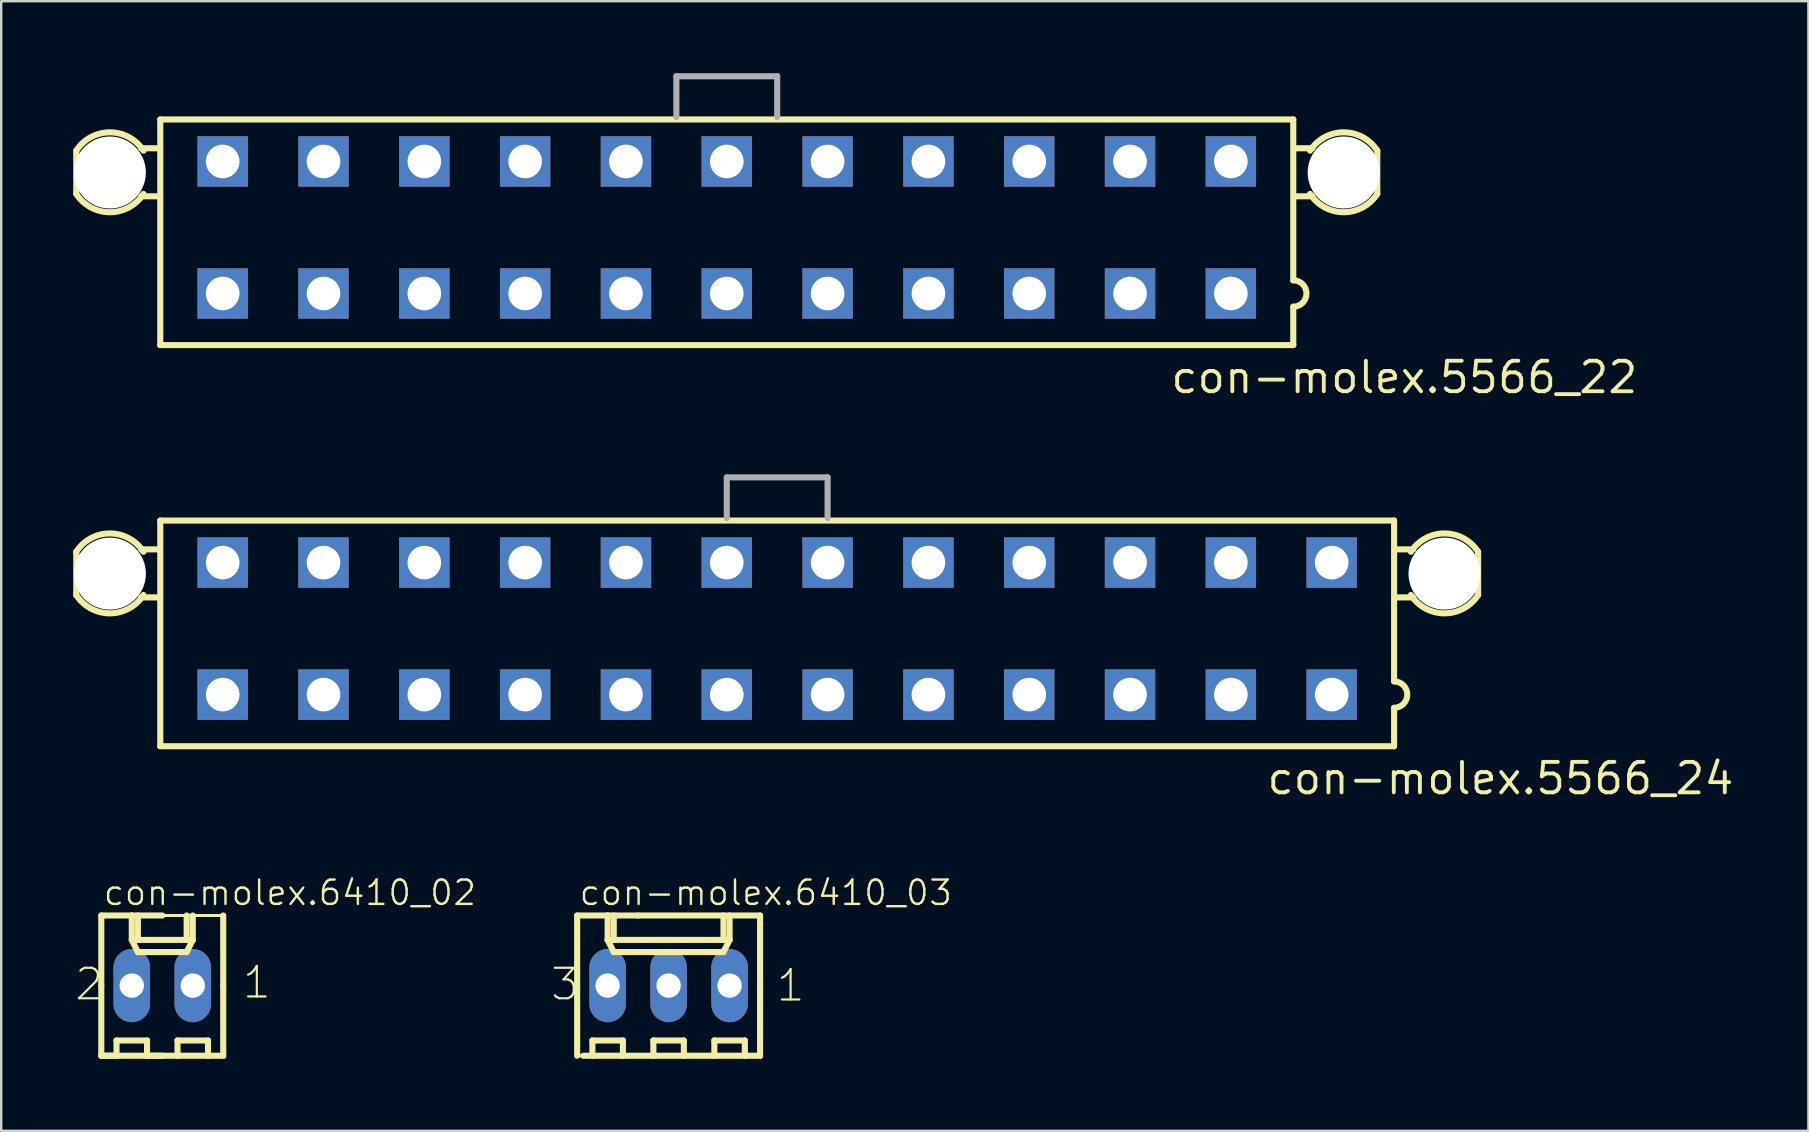
<source format=kicad_pcb>
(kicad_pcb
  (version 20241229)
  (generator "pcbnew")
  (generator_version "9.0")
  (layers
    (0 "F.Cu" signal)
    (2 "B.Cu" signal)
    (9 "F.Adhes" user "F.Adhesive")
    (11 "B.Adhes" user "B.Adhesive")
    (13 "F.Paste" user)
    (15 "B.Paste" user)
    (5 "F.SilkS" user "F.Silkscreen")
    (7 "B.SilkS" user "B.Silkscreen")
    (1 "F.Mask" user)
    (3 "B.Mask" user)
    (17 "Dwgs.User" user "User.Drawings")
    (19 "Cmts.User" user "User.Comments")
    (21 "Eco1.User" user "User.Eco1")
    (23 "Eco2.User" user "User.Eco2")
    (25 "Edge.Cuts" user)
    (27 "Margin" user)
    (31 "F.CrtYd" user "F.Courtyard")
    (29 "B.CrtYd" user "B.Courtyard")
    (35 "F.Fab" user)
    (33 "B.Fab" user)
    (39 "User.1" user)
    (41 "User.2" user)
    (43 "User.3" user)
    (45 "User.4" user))
  (footprint "con-molex.6410_02"
    (layer "F.Cu")
    (at 3.71 38.01)
    (property "Reference" "con-molex.6410_02" (at -2.513 -3.275 0) (layer "F.SilkS") (effects (font (size 1.016 1.016) (thickness 0.1)) (justify left bottom)))
    (attr through_hole)
    (fp_line (start -2.54 -2.921) (end -1.27 -2.921) (stroke (width 0.254) (type default)) (layer "F.SilkS"))
    (fp_line (start -2.54 0) (end -2.54 -2.921) (stroke (width 0.254) (type default)) (layer "F.SilkS"))
    (fp_line (start -2.54 0) (end -2.54 2.921) (stroke (width 0.254) (type default)) (layer "F.SilkS"))
    (fp_line (start -2.54 2.921) (end -1.905 2.921) (stroke (width 0.254) (type default)) (layer "F.SilkS"))
    (fp_line (start -2.54 2.921) (end 0 2.921) (stroke (width 0.254) (type default)) (layer "F.SilkS"))
    (fp_line (start -2.286 2.921) (end -1.905 2.921) (stroke (width 0.127) (type default)) (layer "F.SilkS"))
    (fp_line (start -1.905 2.286) (end -0.635 2.286) (stroke (width 0.254) (type default)) (layer "F.SilkS"))
    (fp_line (start -1.905 2.921) (end -1.905 2.286) (stroke (width 0.254) (type default)) (layer "F.SilkS"))
    (fp_line (start -1.27 -2.921) (end 0 -2.921) (stroke (width 0.254) (type default)) (layer "F.SilkS"))
    (fp_line (start -1.27 -2.54) (end -1.27 -2.921) (stroke (width 0.127) (type default)) (layer "F.SilkS"))
    (fp_line (start -1.27 -1.905) (end -1.27 -2.921) (stroke (width 0.254) (type default)) (layer "F.SilkS"))
    (fp_line (start -1.27 -1.905) (end -1.016 -1.905) (stroke (width 0.254) (type default)) (layer "F.SilkS"))
    (fp_line (start -1.27 -1.905) (end -1.016 -1.397) (stroke (width 0.254) (type default)) (layer "F.SilkS"))
    (fp_line (start -1.016 -2.921) (end -1.27 -2.921) (stroke (width 0.127) (type default)) (layer "F.SilkS"))
    (fp_line (start -1.016 -2.921) (end -1.016 -1.905) (stroke (width 0.254) (type default)) (layer "F.SilkS"))
    (fp_line (start -1.016 -1.905) (end 1.016 -1.905) (stroke (width 0.254) (type default)) (layer "F.SilkS"))
    (fp_line (start -1.016 -1.397) (end 1.016 -1.397) (stroke (width 0.254) (type default)) (layer "F.SilkS"))
    (fp_line (start -0.635 2.286) (end -0.635 2.921) (stroke (width 0.254) (type default)) (layer "F.SilkS"))
    (fp_line (start -0.635 2.921) (end 0.635 2.921) (stroke (width 0.254) (type default)) (layer "F.SilkS"))
    (fp_line (start 0.635 2.286) (end 1.905 2.286) (stroke (width 0.254) (type default)) (layer "F.SilkS"))
    (fp_line (start 0.635 2.921) (end 0 2.921) (stroke (width 0.127) (type default)) (layer "F.SilkS"))
    (fp_line (start 0.635 2.921) (end 0.635 2.286) (stroke (width 0.254) (type default)) (layer "F.SilkS"))
    (fp_line (start 1.016 -2.921) (end 1.016 -1.905) (stroke (width 0.254) (type default)) (layer "F.SilkS"))
    (fp_line (start 1.016 -1.905) (end 1.27 -1.905) (stroke (width 0.254) (type default)) (layer "F.SilkS"))
    (fp_line (start 1.016 -1.397) (end 1.27 -1.905) (stroke (width 0.254) (type default)) (layer "F.SilkS"))
    (fp_line (start 1.27 -1.905) (end 1.27 -2.921) (stroke (width 0.254) (type default)) (layer "F.SilkS"))
    (fp_line (start 1.905 2.286) (end 1.905 2.921) (stroke (width 0.254) (type default)) (layer "F.SilkS"))
    (fp_line (start 1.905 2.921) (end 0.635 2.921) (stroke (width 0.254) (type default)) (layer "F.SilkS"))
    (fp_line (start 1.905 2.921) (end 2.54 2.921) (stroke (width 0.254) (type default)) (layer "F.SilkS"))
    (fp_line (start 2.54 -2.921) (end 0 -2.921) (stroke (width 0.127) (type default)) (layer "F.SilkS"))
    (fp_line (start 2.54 0) (end 2.54 -2.921) (stroke (width 0.254) (type default)) (layer "F.SilkS"))
    (fp_line (start 2.54 0) (end 2.54 2.921) (stroke (width 0.254) (type default)) (layer "F.SilkS"))
    (fp_line (start 2.54 2.921) (end 1.905 2.921) (stroke (width 0.127) (type default)) (layer "F.SilkS"))
    (fp_rect (start -1.524 0.254) (end -1.016 -0.254) (stroke (width 0.05) (type default)) (fill no) (layer "F.Fab"))
    (fp_rect (start 1.016 0.254) (end 1.524 -0.254) (stroke (width 0.05) (type default)) (fill no) (layer "F.Fab"))
    (fp_text user "1" (at 3.275 0.611 0) (layer "F.SilkS") (effects (font (size 1.27 1.27) (thickness 0.09)) (justify left bottom)))
    (fp_text user "2" (at -3.71 0.687 0) (layer "F.SilkS") (effects (font (size 1.27 1.27) (thickness 0.09)) (justify left bottom)))
    (pad "1" thru_hole oval (at 1.27 0 90) (size 3.048 1.524) (drill 1.016) (layers "*.Cu" "*.Mask"))
    (pad "2" thru_hole oval (at -1.27 0 90) (size 3.048 1.524) (drill 1.016) (layers "*.Cu" "*.Mask")))
  (footprint "con-molex.6410_03"
    (layer "F.Cu")
    (at 24.804 38.01)
    (property "Reference" "con-molex.6410_03" (at -3.783 -3.275 0) (layer "F.SilkS") (effects (font (size 1.016 1.016) (thickness 0.1)) (justify left bottom)))
    (attr through_hole)
    (fp_line (start -3.81 -2.921) (end -2.54 -2.921) (stroke (width 0.254) (type default)) (layer "F.SilkS"))
    (fp_line (start -3.81 0) (end -3.81 -2.921) (stroke (width 0.254) (type default)) (layer "F.SilkS"))
    (fp_line (start -3.81 0) (end -3.81 2.921) (stroke (width 0.254) (type default)) (layer "F.SilkS"))
    (fp_line (start -3.81 2.921) (end -1.27 2.921) (stroke (width 0.127) (type default)) (layer "F.SilkS"))
    (fp_line (start -3.556 2.921) (end -3.175 2.921) (stroke (width 0.254) (type default)) (layer "F.SilkS"))
    (fp_line (start -3.175 2.286) (end -1.905 2.286) (stroke (width 0.254) (type default)) (layer "F.SilkS"))
    (fp_line (start -3.175 2.921) (end -3.175 2.286) (stroke (width 0.254) (type default)) (layer "F.SilkS"))
    (fp_line (start -2.54 -2.921) (end -1.27 -2.921) (stroke (width 0.254) (type default)) (layer "F.SilkS"))
    (fp_line (start -2.54 -2.54) (end -2.54 -2.921) (stroke (width 0.127) (type default)) (layer "F.SilkS"))
    (fp_line (start -2.54 -1.905) (end -2.54 -2.921) (stroke (width 0.254) (type default)) (layer "F.SilkS"))
    (fp_line (start -2.54 -1.905) (end -2.286 -1.905) (stroke (width 0.254) (type default)) (layer "F.SilkS"))
    (fp_line (start -2.54 -1.905) (end -2.286 -1.397) (stroke (width 0.254) (type default)) (layer "F.SilkS"))
    (fp_line (start -2.286 -2.921) (end -2.54 -2.921) (stroke (width 0.127) (type default)) (layer "F.SilkS"))
    (fp_line (start -2.286 -2.921) (end -2.286 -1.905) (stroke (width 0.254) (type default)) (layer "F.SilkS"))
    (fp_line (start -2.286 -1.905) (end 2.286 -1.905) (stroke (width 0.254) (type default)) (layer "F.SilkS"))
    (fp_line (start -2.286 -1.397) (end 2.286 -1.397) (stroke (width 0.254) (type default)) (layer "F.SilkS"))
    (fp_line (start -1.905 2.286) (end -1.905 2.921) (stroke (width 0.254) (type default)) (layer "F.SilkS"))
    (fp_line (start -1.905 2.921) (end -3.175 2.921) (stroke (width 0.254) (type default)) (layer "F.SilkS"))
    (fp_line (start -1.905 2.921) (end -0.635 2.921) (stroke (width 0.254) (type default)) (layer "F.SilkS"))
    (fp_line (start -0.635 2.286) (end 0.635 2.286) (stroke (width 0.254) (type default)) (layer "F.SilkS"))
    (fp_line (start -0.635 2.921) (end -1.27 2.921) (stroke (width 0.127) (type default)) (layer "F.SilkS"))
    (fp_line (start -0.635 2.921) (end -0.635 2.286) (stroke (width 0.254) (type default)) (layer "F.SilkS"))
    (fp_line (start 0.635 2.286) (end 0.635 2.921) (stroke (width 0.254) (type default)) (layer "F.SilkS"))
    (fp_line (start 0.635 2.921) (end -0.635 2.921) (stroke (width 0.254) (type default)) (layer "F.SilkS"))
    (fp_line (start 0.635 2.921) (end 1.905 2.921) (stroke (width 0.254) (type default)) (layer "F.SilkS"))
    (fp_line (start 1.905 2.286) (end 3.175 2.286) (stroke (width 0.254) (type default)) (layer "F.SilkS"))
    (fp_line (start 1.905 2.921) (end 1.905 2.286) (stroke (width 0.254) (type default)) (layer "F.SilkS"))
    (fp_line (start 2.286 -2.921) (end 2.286 -1.905) (stroke (width 0.254) (type default)) (layer "F.SilkS"))
    (fp_line (start 2.286 -1.905) (end 2.54 -1.905) (stroke (width 0.254) (type default)) (layer "F.SilkS"))
    (fp_line (start 2.286 -1.397) (end 2.54 -1.905) (stroke (width 0.254) (type default)) (layer "F.SilkS"))
    (fp_line (start 2.54 -1.905) (end 2.54 -2.921) (stroke (width 0.254) (type default)) (layer "F.SilkS"))
    (fp_line (start 3.175 2.286) (end 3.175 2.921) (stroke (width 0.254) (type default)) (layer "F.SilkS"))
    (fp_line (start 3.175 2.921) (end 1.905 2.921) (stroke (width 0.254) (type default)) (layer "F.SilkS"))
    (fp_line (start 3.175 2.921) (end 3.81 2.921) (stroke (width 0.254) (type default)) (layer "F.SilkS"))
    (fp_line (start 3.81 -2.921) (end -1.27 -2.921) (stroke (width 0.254) (type default)) (layer "F.SilkS"))
    (fp_line (start 3.81 0) (end 3.81 -2.921) (stroke (width 0.254) (type default)) (layer "F.SilkS"))
    (fp_line (start 3.81 0) (end 3.81 2.921) (stroke (width 0.254) (type default)) (layer "F.SilkS"))
    (fp_rect (start -2.794 0.254) (end -2.286 -0.254) (stroke (width 0.05) (type default)) (fill no) (layer "F.Fab"))
    (fp_rect (start -0.254 0.254) (end 0.254 -0.254) (stroke (width 0.05) (type default)) (fill no) (layer "F.Fab"))
    (fp_rect (start 2.286 0.254) (end 2.794 -0.254) (stroke (width 0.05) (type default)) (fill no) (layer "F.Fab"))
    (fp_text user "1" (at 4.418 0.738 0) (layer "F.SilkS") (effects (font (size 1.27 1.27) (thickness 0.09)) (justify left bottom)))
    (fp_text user "3" (at -4.98 0.687 0) (layer "F.SilkS") (effects (font (size 1.27 1.27) (thickness 0.09)) (justify left bottom)))
    (pad "1" thru_hole oval (at 2.54 0 90) (size 3.048 1.524) (drill 1.016) (layers "*.Cu" "*.Mask"))
    (pad "2" thru_hole oval (at 0 0 90) (size 3.048 1.524) (drill 1.016) (layers "*.Cu" "*.Mask"))
    (pad "3" thru_hole oval (at -2.54 0 90) (size 3.048 1.524) (drill 1.016) (layers "*.Cu" "*.Mask")))
  (footprint "con-molex.5566_24"
    (layer "F.Cu")
    (at 29.327 23.137)
    (property "Reference" "con-molex.5566_24" (at 20.32 6.985 0) (layer "F.SilkS") (effects (font (size 1.27 1.27) (thickness 0.16)) (justify left bottom)))
    (attr through_hole)
    (fp_line (start -29.2 -3.2) (end -29.2 -1.4) (stroke (width 0.254) (type default)) (layer "F.SilkS"))
    (fp_line (start -26.5 -3.3) (end -25.8 -3.3) (stroke (width 0.254) (type default)) (layer "F.SilkS"))
    (fp_line (start -26.5 -1.3) (end -25.8 -1.3) (stroke (width 0.254) (type default)) (layer "F.SilkS"))
    (fp_line (start -25.7 -4.5) (end 25.7 -4.5) (stroke (width 0.254) (type default)) (layer "F.SilkS"))
    (fp_line (start -25.7 4.9) (end -25.7 -4.5) (stroke (width 0.254) (type default)) (layer "F.SilkS"))
    (fp_line (start 25.7 -4.5) (end 25.7 2.2) (stroke (width 0.254) (type default)) (layer "F.SilkS"))
    (fp_line (start 25.7 3.3) (end 25.7 4.9) (stroke (width 0.254) (type default)) (layer "F.SilkS"))
    (fp_line (start 25.7 4.9) (end -25.7 4.9) (stroke (width 0.254) (type default)) (layer "F.SilkS"))
    (fp_line (start 26.5 -3.3) (end 25.8 -3.3) (stroke (width 0.254) (type default)) (layer "F.SilkS"))
    (fp_line (start 26.5 -1.3) (end 25.8 -1.3) (stroke (width 0.254) (type default)) (layer "F.SilkS"))
    (fp_line (start 29.2 -1.4) (end 29.2 -3.2) (stroke (width 0.254) (type default)) (layer "F.SilkS"))
    (fp_arc (start -29.2 -3.2) (mid -27.8 -3.964332) (end -26.4 -3.2) (stroke (width 0.254) (type default)) (layer "F.SilkS"))
    (fp_arc (start -26.4 -1.4) (mid -27.8 -0.635668) (end -29.2 -1.4) (stroke (width 0.254) (type default)) (layer "F.SilkS"))
    (fp_arc (start 25.7 2.2) (mid 26.25 2.75) (end 25.7 3.3) (stroke (width 0.254) (type default)) (layer "F.SilkS"))
    (fp_arc (start 26.4 -3.2) (mid 27.8 -3.964332) (end 29.2 -3.2) (stroke (width 0.254) (type default)) (layer "F.SilkS"))
    (fp_arc (start 29.2 -1.4) (mid 27.8 -0.635668) (end 26.4 -1.4) (stroke (width 0.254) (type default)) (layer "F.SilkS"))
    (fp_line (start -2.1 -6.3) (end -2.1 -4.6) (stroke (width 0.254) (type default)) (layer "F.Fab"))
    (fp_line (start -2.1 -6.3) (end 2.1 -6.3) (stroke (width 0.254) (type default)) (layer "F.Fab"))
    (fp_line (start 2.1 -6.3) (end 2.1 -4.6) (stroke (width 0.254) (type default)) (layer "F.Fab"))
    (pad "" np_thru_hole circle (at -27.8 -2.29) (size 3 3) (drill 3) (layers "*.Cu" "*.Mask"))
    (pad "" np_thru_hole circle (at 27.8 -2.29) (size 3 3) (drill 3) (layers "*.Cu" "*.Mask"))
    (pad "1" thru_hole rect (at 23.1 2.75) (size 2.1 2.1) (drill 1.4) (layers "*.Cu" "*.Mask"))
    (pad "2" thru_hole rect (at 18.9 2.75) (size 2.1 2.1) (drill 1.4) (layers "*.Cu" "*.Mask"))
    (pad "3" thru_hole rect (at 14.7 2.75) (size 2.1 2.1) (drill 1.4) (layers "*.Cu" "*.Mask"))
    (pad "4" thru_hole rect (at 10.5 2.75) (size 2.1 2.1) (drill 1.4) (layers "*.Cu" "*.Mask"))
    (pad "5" thru_hole rect (at 6.3 2.75) (size 2.1 2.1) (drill 1.4) (layers "*.Cu" "*.Mask"))
    (pad "6" thru_hole rect (at 2.1 2.75) (size 2.1 2.1) (drill 1.4) (layers "*.Cu" "*.Mask"))
    (pad "7" thru_hole rect (at -2.1 2.75) (size 2.1 2.1) (drill 1.4) (layers "*.Cu" "*.Mask"))
    (pad "8" thru_hole rect (at -6.3 2.75) (size 2.1 2.1) (drill 1.4) (layers "*.Cu" "*.Mask"))
    (pad "9" thru_hole rect (at -10.5 2.75) (size 2.1 2.1) (drill 1.4) (layers "*.Cu" "*.Mask"))
    (pad "10" thru_hole rect (at -14.7 2.75) (size 2.1 2.1) (drill 1.4) (layers "*.Cu" "*.Mask"))
    (pad "11" thru_hole rect (at -18.9 2.75) (size 2.1 2.1) (drill 1.4) (layers "*.Cu" "*.Mask"))
    (pad "12" thru_hole rect (at -23.1 2.75) (size 2.1 2.1) (drill 1.4) (layers "*.Cu" "*.Mask"))
    (pad "13" thru_hole rect (at 23.1 -2.75) (size 2.1 2.1) (drill 1.4) (layers "*.Cu" "*.Mask"))
    (pad "14" thru_hole rect (at 18.9 -2.75) (size 2.1 2.1) (drill 1.4) (layers "*.Cu" "*.Mask"))
    (pad "15" thru_hole rect (at 14.7 -2.75) (size 2.1 2.1) (drill 1.4) (layers "*.Cu" "*.Mask"))
    (pad "16" thru_hole rect (at 10.5 -2.75) (size 2.1 2.1) (drill 1.4) (layers "*.Cu" "*.Mask"))
    (pad "17" thru_hole rect (at 6.3 -2.75) (size 2.1 2.1) (drill 1.4) (layers "*.Cu" "*.Mask"))
    (pad "18" thru_hole rect (at 2.1 -2.75) (size 2.1 2.1) (drill 1.4) (layers "*.Cu" "*.Mask"))
    (pad "19" thru_hole rect (at -2.1 -2.75) (size 2.1 2.1) (drill 1.4) (layers "*.Cu" "*.Mask"))
    (pad "20" thru_hole rect (at -6.3 -2.75) (size 2.1 2.1) (drill 1.4) (layers "*.Cu" "*.Mask"))
    (pad "21" thru_hole rect (at -10.5 -2.75) (size 2.1 2.1) (drill 1.4) (layers "*.Cu" "*.Mask"))
    (pad "22" thru_hole rect (at -14.7 -2.75) (size 2.1 2.1) (drill 1.4) (layers "*.Cu" "*.Mask"))
    (pad "23" thru_hole rect (at -18.9 -2.75) (size 2.1 2.1) (drill 1.4) (layers "*.Cu" "*.Mask"))
    (pad "24" thru_hole rect (at -23.1 -2.75) (size 2.1 2.1) (drill 1.4) (layers "*.Cu" "*.Mask")))
  (footprint "con-molex.5566_22"
    (layer "F.Cu")
    (at 27.227 6.427)
    (property "Reference" "con-molex.5566_22" (at 18.415 6.985 0) (layer "F.SilkS") (effects (font (size 1.27 1.27) (thickness 0.16)) (justify left bottom)))
    (attr through_hole)
    (fp_line (start -27.1 -3.2) (end -27.1 -1.4) (stroke (width 0.254) (type default)) (layer "F.SilkS"))
    (fp_line (start -24.4 -3.3) (end -23.7 -3.3) (stroke (width 0.254) (type default)) (layer "F.SilkS"))
    (fp_line (start -24.4 -1.3) (end -23.7 -1.3) (stroke (width 0.254) (type default)) (layer "F.SilkS"))
    (fp_line (start -23.6 -4.5) (end 23.6 -4.5) (stroke (width 0.254) (type default)) (layer "F.SilkS"))
    (fp_line (start -23.6 4.9) (end -23.6 -4.5) (stroke (width 0.254) (type default)) (layer "F.SilkS"))
    (fp_line (start 23.6 -4.5) (end 23.6 2.2) (stroke (width 0.254) (type default)) (layer "F.SilkS"))
    (fp_line (start 23.6 3.3) (end 23.6 4.9) (stroke (width 0.254) (type default)) (layer "F.SilkS"))
    (fp_line (start 23.6 4.9) (end -23.6 4.9) (stroke (width 0.254) (type default)) (layer "F.SilkS"))
    (fp_line (start 24.4 -3.3) (end 23.7 -3.3) (stroke (width 0.254) (type default)) (layer "F.SilkS"))
    (fp_line (start 24.4 -1.3) (end 23.7 -1.3) (stroke (width 0.254) (type default)) (layer "F.SilkS"))
    (fp_line (start 27.1 -1.4) (end 27.1 -3.2) (stroke (width 0.254) (type default)) (layer "F.SilkS"))
    (fp_arc (start -27.1 -3.2) (mid -25.7 -3.964332) (end -24.3 -3.2) (stroke (width 0.254) (type default)) (layer "F.SilkS"))
    (fp_arc (start -24.3 -1.4) (mid -25.7 -0.635668) (end -27.1 -1.4) (stroke (width 0.254) (type default)) (layer "F.SilkS"))
    (fp_arc (start 23.6 2.2) (mid 24.15 2.75) (end 23.6 3.3) (stroke (width 0.254) (type default)) (layer "F.SilkS"))
    (fp_arc (start 24.3 -3.2) (mid 25.7 -3.964332) (end 27.1 -3.2) (stroke (width 0.254) (type default)) (layer "F.SilkS"))
    (fp_arc (start 27.1 -1.4) (mid 25.7 -0.635668) (end 24.3 -1.4) (stroke (width 0.254) (type default)) (layer "F.SilkS"))
    (fp_line (start -2.1 -6.3) (end -2.1 -4.6) (stroke (width 0.254) (type default)) (layer "F.Fab"))
    (fp_line (start -2.1 -6.3) (end 2.1 -6.3) (stroke (width 0.254) (type default)) (layer "F.Fab"))
    (fp_line (start 2.1 -6.3) (end 2.1 -4.6) (stroke (width 0.254) (type default)) (layer "F.Fab"))
    (pad "" np_thru_hole circle (at -25.7 -2.29) (size 3 3) (drill 3) (layers "*.Cu" "*.Mask"))
    (pad "" np_thru_hole circle (at 25.7 -2.29) (size 3 3) (drill 3) (layers "*.Cu" "*.Mask"))
    (pad "1" thru_hole rect (at 21 2.75) (size 2.1 2.1) (drill 1.4) (layers "*.Cu" "*.Mask"))
    (pad "2" thru_hole rect (at 16.8 2.75) (size 2.1 2.1) (drill 1.4) (layers "*.Cu" "*.Mask"))
    (pad "3" thru_hole rect (at 12.6 2.75) (size 2.1 2.1) (drill 1.4) (layers "*.Cu" "*.Mask"))
    (pad "4" thru_hole rect (at 8.4 2.75) (size 2.1 2.1) (drill 1.4) (layers "*.Cu" "*.Mask"))
    (pad "5" thru_hole rect (at 4.2 2.75) (size 2.1 2.1) (drill 1.4) (layers "*.Cu" "*.Mask"))
    (pad "6" thru_hole rect (at 0 2.75) (size 2.1 2.1) (drill 1.4) (layers "*.Cu" "*.Mask"))
    (pad "7" thru_hole rect (at -4.2 2.75) (size 2.1 2.1) (drill 1.4) (layers "*.Cu" "*.Mask"))
    (pad "8" thru_hole rect (at -8.4 2.75) (size 2.1 2.1) (drill 1.4) (layers "*.Cu" "*.Mask"))
    (pad "9" thru_hole rect (at -12.6 2.75) (size 2.1 2.1) (drill 1.4) (layers "*.Cu" "*.Mask"))
    (pad "10" thru_hole rect (at -16.8 2.75) (size 2.1 2.1) (drill 1.4) (layers "*.Cu" "*.Mask"))
    (pad "11" thru_hole rect (at -21 2.75) (size 2.1 2.1) (drill 1.4) (layers "*.Cu" "*.Mask"))
    (pad "12" thru_hole rect (at 21 -2.75) (size 2.1 2.1) (drill 1.4) (layers "*.Cu" "*.Mask"))
    (pad "13" thru_hole rect (at 16.8 -2.75) (size 2.1 2.1) (drill 1.4) (layers "*.Cu" "*.Mask"))
    (pad "14" thru_hole rect (at 12.6 -2.75) (size 2.1 2.1) (drill 1.4) (layers "*.Cu" "*.Mask"))
    (pad "15" thru_hole rect (at 8.4 -2.75) (size 2.1 2.1) (drill 1.4) (layers "*.Cu" "*.Mask"))
    (pad "16" thru_hole rect (at 4.2 -2.75) (size 2.1 2.1) (drill 1.4) (layers "*.Cu" "*.Mask"))
    (pad "17" thru_hole rect (at 0 -2.75) (size 2.1 2.1) (drill 1.4) (layers "*.Cu" "*.Mask"))
    (pad "18" thru_hole rect (at -4.2 -2.75) (size 2.1 2.1) (drill 1.4) (layers "*.Cu" "*.Mask"))
    (pad "19" thru_hole rect (at -8.4 -2.75) (size 2.1 2.1) (drill 1.4) (layers "*.Cu" "*.Mask"))
    (pad "20" thru_hole rect (at -12.6 -2.75) (size 2.1 2.1) (drill 1.4) (layers "*.Cu" "*.Mask"))
    (pad "21" thru_hole rect (at -16.8 -2.75) (size 2.1 2.1) (drill 1.4) (layers "*.Cu" "*.Mask"))
    (pad "22" thru_hole rect (at -21 -2.75) (size 2.1 2.1) (drill 1.4) (layers "*.Cu" "*.Mask")))
  (gr_rect
    (start -3 -3)
    (end 72.286 44.058)
    (stroke (width 0.1) (type default))
    (fill no)
    (layer "Edge.Cuts")))
</source>
